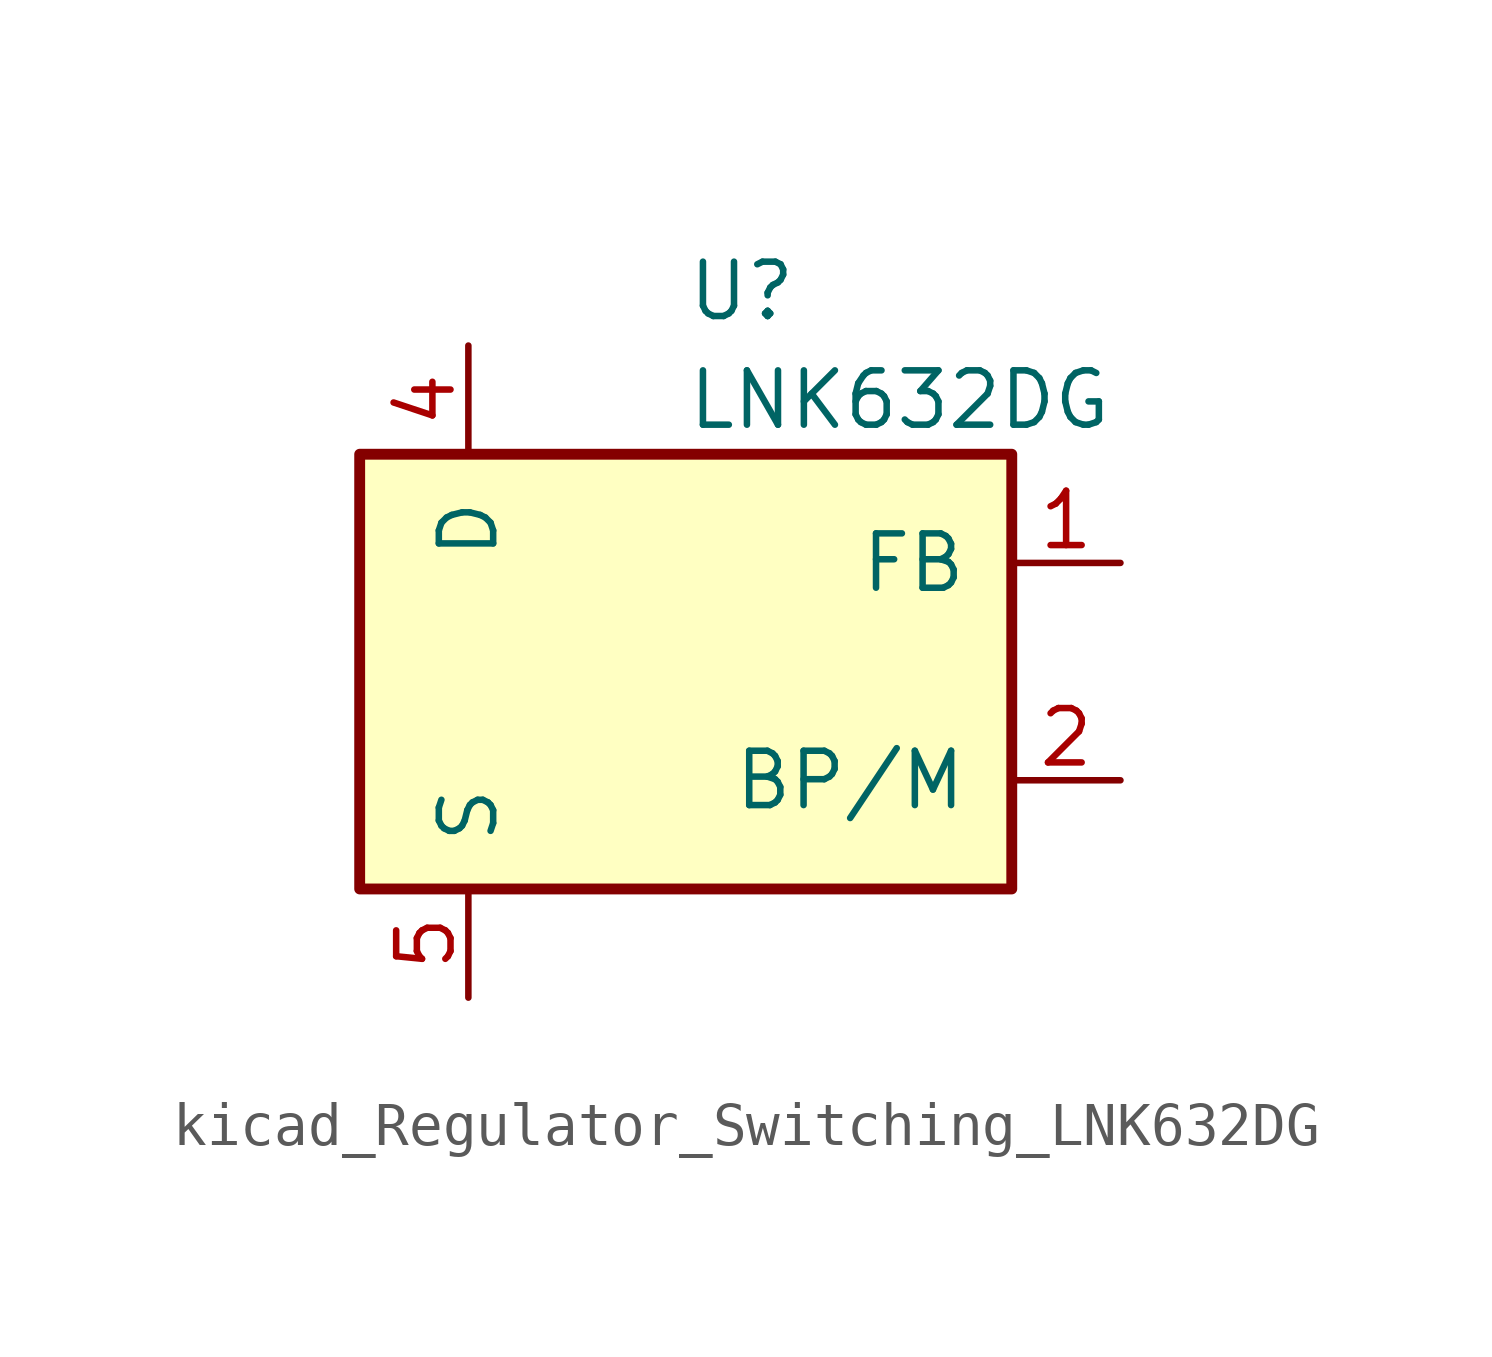
<source format=kicad_sym>
(kicad_symbol_lib
  (version 20220914)
  (generator kicad_symbol_editor)
  (symbol "kicad_Regulator_Switching_LNK632DG"
    (pin_names
      (offset 1.016))
    (property "Reference" "U"
      (at 0 8.89 0)
      (effects (font (size 1.27 1.27)) (justify left)))
    (property "Value" "LNK632DG"
      (at 0 6.35 0)
      (effects (font (size 1.27 1.27)) (justify left)))
    (symbol "kicad_Regulator_Switching_LNK632DG_0_1"
      (rectangle (start -7.62 5.08) (end 7.62 -5.08) (stroke (width 0.254) (type default)) (fill (type background))))
    (symbol "kicad_Regulator_Switching_LNK632DG_1_1"
      (pin input line (at 10.16 2.54 180) (length 2.54) (name "FB" (effects (font (size 1.27 1.27)))) (number "1" (effects (font (size 1.27 1.27)))))
      (pin input line (at 10.16 -2.54 180) (length 2.54) (name "BP/M" (effects (font (size 1.27 1.27)))) (number "2" (effects (font (size 1.27 1.27)))))
      (pin open_collector line (at -5.08 7.62 270) (length 2.54) (name "D" (effects (font (size 1.27 1.27)))) (number "4" (effects (font (size 1.27 1.27)))))
      (pin power_in line (at -5.08 -7.62 90) (length 2.54) (name "S" (effects (font (size 1.27 1.27)))) (number "5" (effects (font (size 1.27 1.27)))))
      (pin passive line (at -5.08 -7.62 90) (length 2.54) hide (name "S" (effects (font (size 1.27 1.27)))) (number "6" (effects (font (size 1.27 1.27)))))
      (pin passive line (at -5.08 -7.62 90) (length 2.54) hide (name "S" (effects (font (size 1.27 1.27)))) (number "7" (effects (font (size 1.27 1.27)))))
      (pin passive line (at -5.08 -7.62 90) (length 2.54) hide (name "S" (effects (font (size 1.27 1.27)))) (number "8" (effects (font (size 1.27 1.27))))))))
</source>
